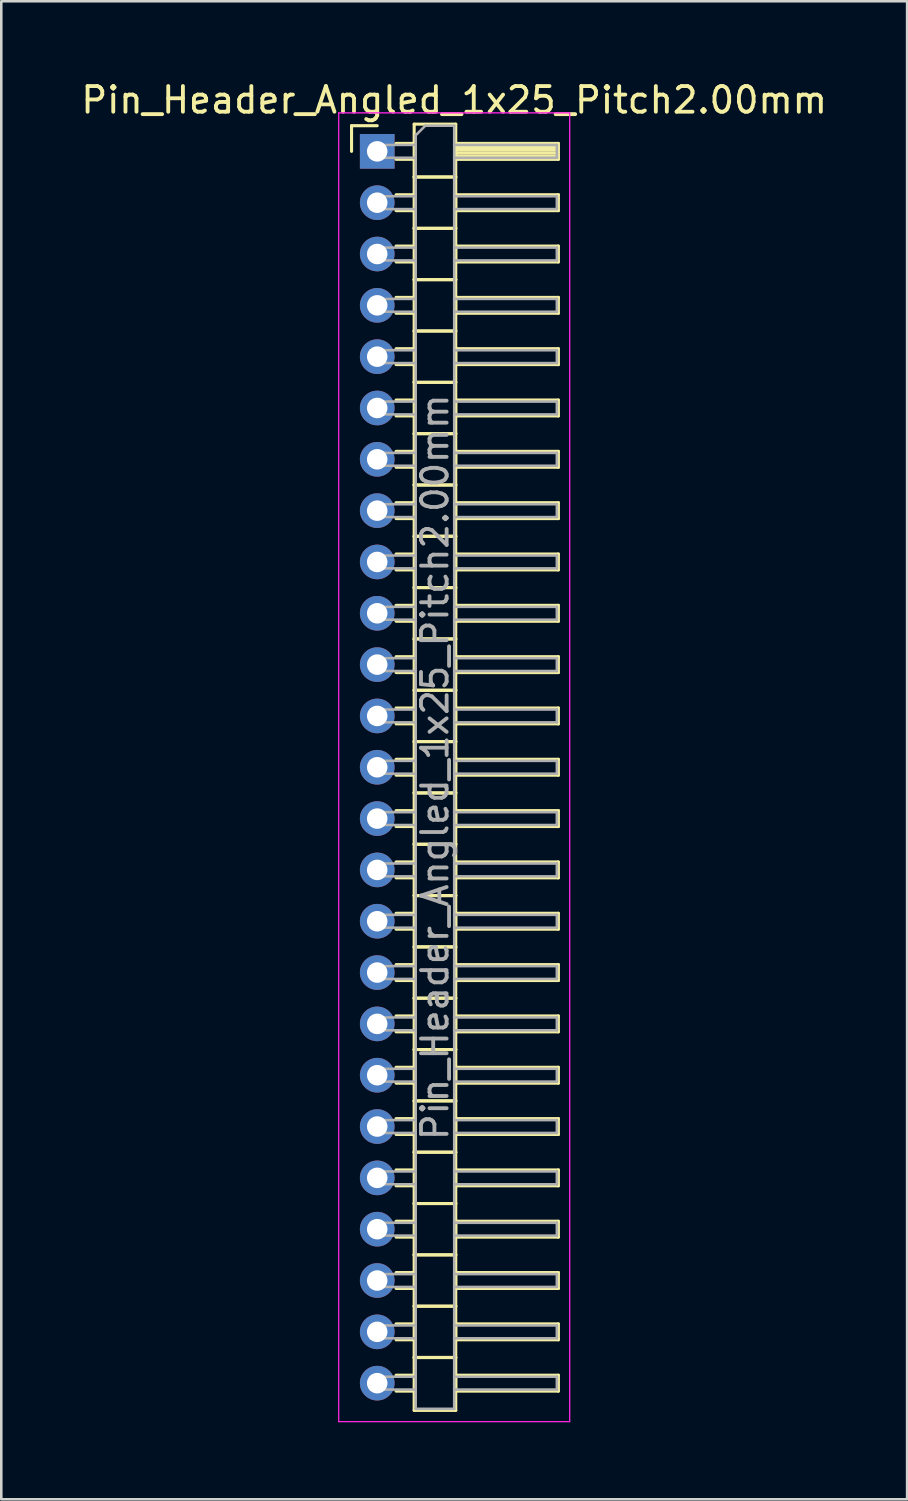
<source format=kicad_pcb>
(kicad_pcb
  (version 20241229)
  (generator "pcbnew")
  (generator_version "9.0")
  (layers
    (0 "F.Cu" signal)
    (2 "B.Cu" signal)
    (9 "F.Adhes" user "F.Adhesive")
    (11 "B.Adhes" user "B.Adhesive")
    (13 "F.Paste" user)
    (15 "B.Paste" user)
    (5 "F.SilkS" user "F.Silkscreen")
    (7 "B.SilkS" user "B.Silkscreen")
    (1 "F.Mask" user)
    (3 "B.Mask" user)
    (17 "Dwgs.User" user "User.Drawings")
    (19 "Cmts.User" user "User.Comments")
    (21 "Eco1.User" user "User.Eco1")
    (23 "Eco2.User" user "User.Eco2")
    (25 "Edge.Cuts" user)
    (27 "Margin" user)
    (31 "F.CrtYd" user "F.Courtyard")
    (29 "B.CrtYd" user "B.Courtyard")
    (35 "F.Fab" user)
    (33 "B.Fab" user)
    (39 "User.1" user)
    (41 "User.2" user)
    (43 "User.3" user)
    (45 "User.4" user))
  (footprint "Pin_Header_Angled_1x25_Pitch2.00mm"
    (layer "F.Cu")
    (at 11.649 2.848)
    (property "Reference" "Pin_Header_Angled_1x25_Pitch2.00mm" (at 3 -2 0) (layer "F.SilkS") (effects (font (size 1 1) (thickness 0.15))))
    (attr through_hole)
    (fp_line (start -1 -1) (end 0 -1) (stroke (width 0.12) (type solid)) (layer "F.SilkS"))
    (fp_line (start -1 0) (end -1 -1) (stroke (width 0.12) (type solid)) (layer "F.SilkS"))
    (fp_line (start 0.735 -0.31) (end 1.44 -0.31) (stroke (width 0.12) (type solid)) (layer "F.SilkS"))
    (fp_line (start 0.735 0.31) (end 1.44 0.31) (stroke (width 0.12) (type solid)) (layer "F.SilkS"))
    (fp_line (start 0.735 1.69) (end 1.44 1.69) (stroke (width 0.12) (type solid)) (layer "F.SilkS"))
    (fp_line (start 0.735 2.31) (end 1.44 2.31) (stroke (width 0.12) (type solid)) (layer "F.SilkS"))
    (fp_line (start 0.735 3.69) (end 1.44 3.69) (stroke (width 0.12) (type solid)) (layer "F.SilkS"))
    (fp_line (start 0.735 4.31) (end 1.44 4.31) (stroke (width 0.12) (type solid)) (layer "F.SilkS"))
    (fp_line (start 0.735 5.69) (end 1.44 5.69) (stroke (width 0.12) (type solid)) (layer "F.SilkS"))
    (fp_line (start 0.735 6.31) (end 1.44 6.31) (stroke (width 0.12) (type solid)) (layer "F.SilkS"))
    (fp_line (start 0.735 7.69) (end 1.44 7.69) (stroke (width 0.12) (type solid)) (layer "F.SilkS"))
    (fp_line (start 0.735 8.31) (end 1.44 8.31) (stroke (width 0.12) (type solid)) (layer "F.SilkS"))
    (fp_line (start 0.735 9.69) (end 1.44 9.69) (stroke (width 0.12) (type solid)) (layer "F.SilkS"))
    (fp_line (start 0.735 10.31) (end 1.44 10.31) (stroke (width 0.12) (type solid)) (layer "F.SilkS"))
    (fp_line (start 0.735 11.69) (end 1.44 11.69) (stroke (width 0.12) (type solid)) (layer "F.SilkS"))
    (fp_line (start 0.735 12.31) (end 1.44 12.31) (stroke (width 0.12) (type solid)) (layer "F.SilkS"))
    (fp_line (start 0.735 13.69) (end 1.44 13.69) (stroke (width 0.12) (type solid)) (layer "F.SilkS"))
    (fp_line (start 0.735 14.31) (end 1.44 14.31) (stroke (width 0.12) (type solid)) (layer "F.SilkS"))
    (fp_line (start 0.735 15.69) (end 1.44 15.69) (stroke (width 0.12) (type solid)) (layer "F.SilkS"))
    (fp_line (start 0.735 16.31) (end 1.44 16.31) (stroke (width 0.12) (type solid)) (layer "F.SilkS"))
    (fp_line (start 0.735 17.69) (end 1.44 17.69) (stroke (width 0.12) (type solid)) (layer "F.SilkS"))
    (fp_line (start 0.735 18.31) (end 1.44 18.31) (stroke (width 0.12) (type solid)) (layer "F.SilkS"))
    (fp_line (start 0.735 19.69) (end 1.44 19.69) (stroke (width 0.12) (type solid)) (layer "F.SilkS"))
    (fp_line (start 0.735 20.31) (end 1.44 20.31) (stroke (width 0.12) (type solid)) (layer "F.SilkS"))
    (fp_line (start 0.735 21.69) (end 1.44 21.69) (stroke (width 0.12) (type solid)) (layer "F.SilkS"))
    (fp_line (start 0.735 22.31) (end 1.44 22.31) (stroke (width 0.12) (type solid)) (layer "F.SilkS"))
    (fp_line (start 0.735 23.69) (end 1.44 23.69) (stroke (width 0.12) (type solid)) (layer "F.SilkS"))
    (fp_line (start 0.735 24.31) (end 1.44 24.31) (stroke (width 0.12) (type solid)) (layer "F.SilkS"))
    (fp_line (start 0.735 25.69) (end 1.44 25.69) (stroke (width 0.12) (type solid)) (layer "F.SilkS"))
    (fp_line (start 0.735 26.31) (end 1.44 26.31) (stroke (width 0.12) (type solid)) (layer "F.SilkS"))
    (fp_line (start 0.735 27.69) (end 1.44 27.69) (stroke (width 0.12) (type solid)) (layer "F.SilkS"))
    (fp_line (start 0.735 28.31) (end 1.44 28.31) (stroke (width 0.12) (type solid)) (layer "F.SilkS"))
    (fp_line (start 0.735 29.69) (end 1.44 29.69) (stroke (width 0.12) (type solid)) (layer "F.SilkS"))
    (fp_line (start 0.735 30.31) (end 1.44 30.31) (stroke (width 0.12) (type solid)) (layer "F.SilkS"))
    (fp_line (start 0.735 31.69) (end 1.44 31.69) (stroke (width 0.12) (type solid)) (layer "F.SilkS"))
    (fp_line (start 0.735 32.31) (end 1.44 32.31) (stroke (width 0.12) (type solid)) (layer "F.SilkS"))
    (fp_line (start 0.735 33.69) (end 1.44 33.69) (stroke (width 0.12) (type solid)) (layer "F.SilkS"))
    (fp_line (start 0.735 34.31) (end 1.44 34.31) (stroke (width 0.12) (type solid)) (layer "F.SilkS"))
    (fp_line (start 0.735 35.69) (end 1.44 35.69) (stroke (width 0.12) (type solid)) (layer "F.SilkS"))
    (fp_line (start 0.735 36.31) (end 1.44 36.31) (stroke (width 0.12) (type solid)) (layer "F.SilkS"))
    (fp_line (start 0.735 37.69) (end 1.44 37.69) (stroke (width 0.12) (type solid)) (layer "F.SilkS"))
    (fp_line (start 0.735 38.31) (end 1.44 38.31) (stroke (width 0.12) (type solid)) (layer "F.SilkS"))
    (fp_line (start 0.735 39.69) (end 1.44 39.69) (stroke (width 0.12) (type solid)) (layer "F.SilkS"))
    (fp_line (start 0.735 40.31) (end 1.44 40.31) (stroke (width 0.12) (type solid)) (layer "F.SilkS"))
    (fp_line (start 0.735 41.69) (end 1.44 41.69) (stroke (width 0.12) (type solid)) (layer "F.SilkS"))
    (fp_line (start 0.735 42.31) (end 1.44 42.31) (stroke (width 0.12) (type solid)) (layer "F.SilkS"))
    (fp_line (start 0.735 43.69) (end 1.44 43.69) (stroke (width 0.12) (type solid)) (layer "F.SilkS"))
    (fp_line (start 0.735 44.31) (end 1.44 44.31) (stroke (width 0.12) (type solid)) (layer "F.SilkS"))
    (fp_line (start 0.735 45.69) (end 1.44 45.69) (stroke (width 0.12) (type solid)) (layer "F.SilkS"))
    (fp_line (start 0.735 46.31) (end 1.44 46.31) (stroke (width 0.12) (type solid)) (layer "F.SilkS"))
    (fp_line (start 0.735 47.69) (end 1.44 47.69) (stroke (width 0.12) (type solid)) (layer "F.SilkS"))
    (fp_line (start 0.735 48.31) (end 1.44 48.31) (stroke (width 0.12) (type solid)) (layer "F.SilkS"))
    (fp_line (start 1.44 -1.06) (end 1.44 1) (stroke (width 0.12) (type solid)) (layer "F.SilkS"))
    (fp_line (start 1.44 1) (end 1.44 3) (stroke (width 0.12) (type solid)) (layer "F.SilkS"))
    (fp_line (start 1.44 1) (end 3.06 1) (stroke (width 0.12) (type solid)) (layer "F.SilkS"))
    (fp_line (start 1.44 3) (end 1.44 5) (stroke (width 0.12) (type solid)) (layer "F.SilkS"))
    (fp_line (start 1.44 3) (end 3.06 3) (stroke (width 0.12) (type solid)) (layer "F.SilkS"))
    (fp_line (start 1.44 5) (end 1.44 7) (stroke (width 0.12) (type solid)) (layer "F.SilkS"))
    (fp_line (start 1.44 5) (end 3.06 5) (stroke (width 0.12) (type solid)) (layer "F.SilkS"))
    (fp_line (start 1.44 7) (end 1.44 9) (stroke (width 0.12) (type solid)) (layer "F.SilkS"))
    (fp_line (start 1.44 7) (end 3.06 7) (stroke (width 0.12) (type solid)) (layer "F.SilkS"))
    (fp_line (start 1.44 9) (end 1.44 11) (stroke (width 0.12) (type solid)) (layer "F.SilkS"))
    (fp_line (start 1.44 9) (end 3.06 9) (stroke (width 0.12) (type solid)) (layer "F.SilkS"))
    (fp_line (start 1.44 11) (end 1.44 13) (stroke (width 0.12) (type solid)) (layer "F.SilkS"))
    (fp_line (start 1.44 11) (end 3.06 11) (stroke (width 0.12) (type solid)) (layer "F.SilkS"))
    (fp_line (start 1.44 13) (end 1.44 15) (stroke (width 0.12) (type solid)) (layer "F.SilkS"))
    (fp_line (start 1.44 13) (end 3.06 13) (stroke (width 0.12) (type solid)) (layer "F.SilkS"))
    (fp_line (start 1.44 15) (end 1.44 17) (stroke (width 0.12) (type solid)) (layer "F.SilkS"))
    (fp_line (start 1.44 15) (end 3.06 15) (stroke (width 0.12) (type solid)) (layer "F.SilkS"))
    (fp_line (start 1.44 17) (end 1.44 19) (stroke (width 0.12) (type solid)) (layer "F.SilkS"))
    (fp_line (start 1.44 17) (end 3.06 17) (stroke (width 0.12) (type solid)) (layer "F.SilkS"))
    (fp_line (start 1.44 19) (end 1.44 21) (stroke (width 0.12) (type solid)) (layer "F.SilkS"))
    (fp_line (start 1.44 19) (end 3.06 19) (stroke (width 0.12) (type solid)) (layer "F.SilkS"))
    (fp_line (start 1.44 21) (end 1.44 23) (stroke (width 0.12) (type solid)) (layer "F.SilkS"))
    (fp_line (start 1.44 21) (end 3.06 21) (stroke (width 0.12) (type solid)) (layer "F.SilkS"))
    (fp_line (start 1.44 23) (end 1.44 25) (stroke (width 0.12) (type solid)) (layer "F.SilkS"))
    (fp_line (start 1.44 23) (end 3.06 23) (stroke (width 0.12) (type solid)) (layer "F.SilkS"))
    (fp_line (start 1.44 25) (end 1.44 27) (stroke (width 0.12) (type solid)) (layer "F.SilkS"))
    (fp_line (start 1.44 25) (end 3.06 25) (stroke (width 0.12) (type solid)) (layer "F.SilkS"))
    (fp_line (start 1.44 27) (end 1.44 29) (stroke (width 0.12) (type solid)) (layer "F.SilkS"))
    (fp_line (start 1.44 27) (end 3.06 27) (stroke (width 0.12) (type solid)) (layer "F.SilkS"))
    (fp_line (start 1.44 29) (end 1.44 31) (stroke (width 0.12) (type solid)) (layer "F.SilkS"))
    (fp_line (start 1.44 29) (end 3.06 29) (stroke (width 0.12) (type solid)) (layer "F.SilkS"))
    (fp_line (start 1.44 31) (end 1.44 33) (stroke (width 0.12) (type solid)) (layer "F.SilkS"))
    (fp_line (start 1.44 31) (end 3.06 31) (stroke (width 0.12) (type solid)) (layer "F.SilkS"))
    (fp_line (start 1.44 33) (end 1.44 35) (stroke (width 0.12) (type solid)) (layer "F.SilkS"))
    (fp_line (start 1.44 33) (end 3.06 33) (stroke (width 0.12) (type solid)) (layer "F.SilkS"))
    (fp_line (start 1.44 35) (end 1.44 37) (stroke (width 0.12) (type solid)) (layer "F.SilkS"))
    (fp_line (start 1.44 35) (end 3.06 35) (stroke (width 0.12) (type solid)) (layer "F.SilkS"))
    (fp_line (start 1.44 37) (end 1.44 39) (stroke (width 0.12) (type solid)) (layer "F.SilkS"))
    (fp_line (start 1.44 37) (end 3.06 37) (stroke (width 0.12) (type solid)) (layer "F.SilkS"))
    (fp_line (start 1.44 39) (end 1.44 41) (stroke (width 0.12) (type solid)) (layer "F.SilkS"))
    (fp_line (start 1.44 39) (end 3.06 39) (stroke (width 0.12) (type solid)) (layer "F.SilkS"))
    (fp_line (start 1.44 41) (end 1.44 43) (stroke (width 0.12) (type solid)) (layer "F.SilkS"))
    (fp_line (start 1.44 41) (end 3.06 41) (stroke (width 0.12) (type solid)) (layer "F.SilkS"))
    (fp_line (start 1.44 43) (end 1.44 45) (stroke (width 0.12) (type solid)) (layer "F.SilkS"))
    (fp_line (start 1.44 43) (end 3.06 43) (stroke (width 0.12) (type solid)) (layer "F.SilkS"))
    (fp_line (start 1.44 45) (end 1.44 47) (stroke (width 0.12) (type solid)) (layer "F.SilkS"))
    (fp_line (start 1.44 45) (end 3.06 45) (stroke (width 0.12) (type solid)) (layer "F.SilkS"))
    (fp_line (start 1.44 47) (end 1.44 49.06) (stroke (width 0.12) (type solid)) (layer "F.SilkS"))
    (fp_line (start 1.44 47) (end 3.06 47) (stroke (width 0.12) (type solid)) (layer "F.SilkS"))
    (fp_line (start 1.44 49.06) (end 3.06 49.06) (stroke (width 0.12) (type solid)) (layer "F.SilkS"))
    (fp_line (start 3.06 -1.06) (end 1.44 -1.06) (stroke (width 0.12) (type solid)) (layer "F.SilkS"))
    (fp_line (start 3.06 -0.31) (end 3.06 0.31) (stroke (width 0.12) (type solid)) (layer "F.SilkS"))
    (fp_line (start 3.06 -0.19) (end 7.06 -0.19) (stroke (width 0.12) (type solid)) (layer "F.SilkS"))
    (fp_line (start 3.06 -0.07) (end 7.06 -0.07) (stroke (width 0.12) (type solid)) (layer "F.SilkS"))
    (fp_line (start 3.06 0.05) (end 7.06 0.05) (stroke (width 0.12) (type solid)) (layer "F.SilkS"))
    (fp_line (start 3.06 0.17) (end 7.06 0.17) (stroke (width 0.12) (type solid)) (layer "F.SilkS"))
    (fp_line (start 3.06 0.29) (end 7.06 0.29) (stroke (width 0.12) (type solid)) (layer "F.SilkS"))
    (fp_line (start 3.06 0.31) (end 7.06 0.31) (stroke (width 0.12) (type solid)) (layer "F.SilkS"))
    (fp_line (start 3.06 1) (end 1.44 1) (stroke (width 0.12) (type solid)) (layer "F.SilkS"))
    (fp_line (start 3.06 1) (end 3.06 -1.06) (stroke (width 0.12) (type solid)) (layer "F.SilkS"))
    (fp_line (start 3.06 1.69) (end 3.06 2.31) (stroke (width 0.12) (type solid)) (layer "F.SilkS"))
    (fp_line (start 3.06 2.31) (end 7.06 2.31) (stroke (width 0.12) (type solid)) (layer "F.SilkS"))
    (fp_line (start 3.06 3) (end 1.44 3) (stroke (width 0.12) (type solid)) (layer "F.SilkS"))
    (fp_line (start 3.06 3) (end 3.06 1) (stroke (width 0.12) (type solid)) (layer "F.SilkS"))
    (fp_line (start 3.06 3.69) (end 3.06 4.31) (stroke (width 0.12) (type solid)) (layer "F.SilkS"))
    (fp_line (start 3.06 4.31) (end 7.06 4.31) (stroke (width 0.12) (type solid)) (layer "F.SilkS"))
    (fp_line (start 3.06 5) (end 1.44 5) (stroke (width 0.12) (type solid)) (layer "F.SilkS"))
    (fp_line (start 3.06 5) (end 3.06 3) (stroke (width 0.12) (type solid)) (layer "F.SilkS"))
    (fp_line (start 3.06 5.69) (end 3.06 6.31) (stroke (width 0.12) (type solid)) (layer "F.SilkS"))
    (fp_line (start 3.06 6.31) (end 7.06 6.31) (stroke (width 0.12) (type solid)) (layer "F.SilkS"))
    (fp_line (start 3.06 7) (end 1.44 7) (stroke (width 0.12) (type solid)) (layer "F.SilkS"))
    (fp_line (start 3.06 7) (end 3.06 5) (stroke (width 0.12) (type solid)) (layer "F.SilkS"))
    (fp_line (start 3.06 7.69) (end 3.06 8.31) (stroke (width 0.12) (type solid)) (layer "F.SilkS"))
    (fp_line (start 3.06 8.31) (end 7.06 8.31) (stroke (width 0.12) (type solid)) (layer "F.SilkS"))
    (fp_line (start 3.06 9) (end 1.44 9) (stroke (width 0.12) (type solid)) (layer "F.SilkS"))
    (fp_line (start 3.06 9) (end 3.06 7) (stroke (width 0.12) (type solid)) (layer "F.SilkS"))
    (fp_line (start 3.06 9.69) (end 3.06 10.31) (stroke (width 0.12) (type solid)) (layer "F.SilkS"))
    (fp_line (start 3.06 10.31) (end 7.06 10.31) (stroke (width 0.12) (type solid)) (layer "F.SilkS"))
    (fp_line (start 3.06 11) (end 1.44 11) (stroke (width 0.12) (type solid)) (layer "F.SilkS"))
    (fp_line (start 3.06 11) (end 3.06 9) (stroke (width 0.12) (type solid)) (layer "F.SilkS"))
    (fp_line (start 3.06 11.69) (end 3.06 12.31) (stroke (width 0.12) (type solid)) (layer "F.SilkS"))
    (fp_line (start 3.06 12.31) (end 7.06 12.31) (stroke (width 0.12) (type solid)) (layer "F.SilkS"))
    (fp_line (start 3.06 13) (end 1.44 13) (stroke (width 0.12) (type solid)) (layer "F.SilkS"))
    (fp_line (start 3.06 13) (end 3.06 11) (stroke (width 0.12) (type solid)) (layer "F.SilkS"))
    (fp_line (start 3.06 13.69) (end 3.06 14.31) (stroke (width 0.12) (type solid)) (layer "F.SilkS"))
    (fp_line (start 3.06 14.31) (end 7.06 14.31) (stroke (width 0.12) (type solid)) (layer "F.SilkS"))
    (fp_line (start 3.06 15) (end 1.44 15) (stroke (width 0.12) (type solid)) (layer "F.SilkS"))
    (fp_line (start 3.06 15) (end 3.06 13) (stroke (width 0.12) (type solid)) (layer "F.SilkS"))
    (fp_line (start 3.06 15.69) (end 3.06 16.31) (stroke (width 0.12) (type solid)) (layer "F.SilkS"))
    (fp_line (start 3.06 16.31) (end 7.06 16.31) (stroke (width 0.12) (type solid)) (layer "F.SilkS"))
    (fp_line (start 3.06 17) (end 1.44 17) (stroke (width 0.12) (type solid)) (layer "F.SilkS"))
    (fp_line (start 3.06 17) (end 3.06 15) (stroke (width 0.12) (type solid)) (layer "F.SilkS"))
    (fp_line (start 3.06 17.69) (end 3.06 18.31) (stroke (width 0.12) (type solid)) (layer "F.SilkS"))
    (fp_line (start 3.06 18.31) (end 7.06 18.31) (stroke (width 0.12) (type solid)) (layer "F.SilkS"))
    (fp_line (start 3.06 19) (end 1.44 19) (stroke (width 0.12) (type solid)) (layer "F.SilkS"))
    (fp_line (start 3.06 19) (end 3.06 17) (stroke (width 0.12) (type solid)) (layer "F.SilkS"))
    (fp_line (start 3.06 19.69) (end 3.06 20.31) (stroke (width 0.12) (type solid)) (layer "F.SilkS"))
    (fp_line (start 3.06 20.31) (end 7.06 20.31) (stroke (width 0.12) (type solid)) (layer "F.SilkS"))
    (fp_line (start 3.06 21) (end 1.44 21) (stroke (width 0.12) (type solid)) (layer "F.SilkS"))
    (fp_line (start 3.06 21) (end 3.06 19) (stroke (width 0.12) (type solid)) (layer "F.SilkS"))
    (fp_line (start 3.06 21.69) (end 3.06 22.31) (stroke (width 0.12) (type solid)) (layer "F.SilkS"))
    (fp_line (start 3.06 22.31) (end 7.06 22.31) (stroke (width 0.12) (type solid)) (layer "F.SilkS"))
    (fp_line (start 3.06 23) (end 1.44 23) (stroke (width 0.12) (type solid)) (layer "F.SilkS"))
    (fp_line (start 3.06 23) (end 3.06 21) (stroke (width 0.12) (type solid)) (layer "F.SilkS"))
    (fp_line (start 3.06 23.69) (end 3.06 24.31) (stroke (width 0.12) (type solid)) (layer "F.SilkS"))
    (fp_line (start 3.06 24.31) (end 7.06 24.31) (stroke (width 0.12) (type solid)) (layer "F.SilkS"))
    (fp_line (start 3.06 25) (end 1.44 25) (stroke (width 0.12) (type solid)) (layer "F.SilkS"))
    (fp_line (start 3.06 25) (end 3.06 23) (stroke (width 0.12) (type solid)) (layer "F.SilkS"))
    (fp_line (start 3.06 25.69) (end 3.06 26.31) (stroke (width 0.12) (type solid)) (layer "F.SilkS"))
    (fp_line (start 3.06 26.31) (end 7.06 26.31) (stroke (width 0.12) (type solid)) (layer "F.SilkS"))
    (fp_line (start 3.06 27) (end 1.44 27) (stroke (width 0.12) (type solid)) (layer "F.SilkS"))
    (fp_line (start 3.06 27) (end 3.06 25) (stroke (width 0.12) (type solid)) (layer "F.SilkS"))
    (fp_line (start 3.06 27.69) (end 3.06 28.31) (stroke (width 0.12) (type solid)) (layer "F.SilkS"))
    (fp_line (start 3.06 28.31) (end 7.06 28.31) (stroke (width 0.12) (type solid)) (layer "F.SilkS"))
    (fp_line (start 3.06 29) (end 1.44 29) (stroke (width 0.12) (type solid)) (layer "F.SilkS"))
    (fp_line (start 3.06 29) (end 3.06 27) (stroke (width 0.12) (type solid)) (layer "F.SilkS"))
    (fp_line (start 3.06 29.69) (end 3.06 30.31) (stroke (width 0.12) (type solid)) (layer "F.SilkS"))
    (fp_line (start 3.06 30.31) (end 7.06 30.31) (stroke (width 0.12) (type solid)) (layer "F.SilkS"))
    (fp_line (start 3.06 31) (end 1.44 31) (stroke (width 0.12) (type solid)) (layer "F.SilkS"))
    (fp_line (start 3.06 31) (end 3.06 29) (stroke (width 0.12) (type solid)) (layer "F.SilkS"))
    (fp_line (start 3.06 31.69) (end 3.06 32.31) (stroke (width 0.12) (type solid)) (layer "F.SilkS"))
    (fp_line (start 3.06 32.31) (end 7.06 32.31) (stroke (width 0.12) (type solid)) (layer "F.SilkS"))
    (fp_line (start 3.06 33) (end 1.44 33) (stroke (width 0.12) (type solid)) (layer "F.SilkS"))
    (fp_line (start 3.06 33) (end 3.06 31) (stroke (width 0.12) (type solid)) (layer "F.SilkS"))
    (fp_line (start 3.06 33.69) (end 3.06 34.31) (stroke (width 0.12) (type solid)) (layer "F.SilkS"))
    (fp_line (start 3.06 34.31) (end 7.06 34.31) (stroke (width 0.12) (type solid)) (layer "F.SilkS"))
    (fp_line (start 3.06 35) (end 1.44 35) (stroke (width 0.12) (type solid)) (layer "F.SilkS"))
    (fp_line (start 3.06 35) (end 3.06 33) (stroke (width 0.12) (type solid)) (layer "F.SilkS"))
    (fp_line (start 3.06 35.69) (end 3.06 36.31) (stroke (width 0.12) (type solid)) (layer "F.SilkS"))
    (fp_line (start 3.06 36.31) (end 7.06 36.31) (stroke (width 0.12) (type solid)) (layer "F.SilkS"))
    (fp_line (start 3.06 37) (end 1.44 37) (stroke (width 0.12) (type solid)) (layer "F.SilkS"))
    (fp_line (start 3.06 37) (end 3.06 35) (stroke (width 0.12) (type solid)) (layer "F.SilkS"))
    (fp_line (start 3.06 37.69) (end 3.06 38.31) (stroke (width 0.12) (type solid)) (layer "F.SilkS"))
    (fp_line (start 3.06 38.31) (end 7.06 38.31) (stroke (width 0.12) (type solid)) (layer "F.SilkS"))
    (fp_line (start 3.06 39) (end 1.44 39) (stroke (width 0.12) (type solid)) (layer "F.SilkS"))
    (fp_line (start 3.06 39) (end 3.06 37) (stroke (width 0.12) (type solid)) (layer "F.SilkS"))
    (fp_line (start 3.06 39.69) (end 3.06 40.31) (stroke (width 0.12) (type solid)) (layer "F.SilkS"))
    (fp_line (start 3.06 40.31) (end 7.06 40.31) (stroke (width 0.12) (type solid)) (layer "F.SilkS"))
    (fp_line (start 3.06 41) (end 1.44 41) (stroke (width 0.12) (type solid)) (layer "F.SilkS"))
    (fp_line (start 3.06 41) (end 3.06 39) (stroke (width 0.12) (type solid)) (layer "F.SilkS"))
    (fp_line (start 3.06 41.69) (end 3.06 42.31) (stroke (width 0.12) (type solid)) (layer "F.SilkS"))
    (fp_line (start 3.06 42.31) (end 7.06 42.31) (stroke (width 0.12) (type solid)) (layer "F.SilkS"))
    (fp_line (start 3.06 43) (end 1.44 43) (stroke (width 0.12) (type solid)) (layer "F.SilkS"))
    (fp_line (start 3.06 43) (end 3.06 41) (stroke (width 0.12) (type solid)) (layer "F.SilkS"))
    (fp_line (start 3.06 43.69) (end 3.06 44.31) (stroke (width 0.12) (type solid)) (layer "F.SilkS"))
    (fp_line (start 3.06 44.31) (end 7.06 44.31) (stroke (width 0.12) (type solid)) (layer "F.SilkS"))
    (fp_line (start 3.06 45) (end 1.44 45) (stroke (width 0.12) (type solid)) (layer "F.SilkS"))
    (fp_line (start 3.06 45) (end 3.06 43) (stroke (width 0.12) (type solid)) (layer "F.SilkS"))
    (fp_line (start 3.06 45.69) (end 3.06 46.31) (stroke (width 0.12) (type solid)) (layer "F.SilkS"))
    (fp_line (start 3.06 46.31) (end 7.06 46.31) (stroke (width 0.12) (type solid)) (layer "F.SilkS"))
    (fp_line (start 3.06 47) (end 1.44 47) (stroke (width 0.12) (type solid)) (layer "F.SilkS"))
    (fp_line (start 3.06 47) (end 3.06 45) (stroke (width 0.12) (type solid)) (layer "F.SilkS"))
    (fp_line (start 3.06 47.69) (end 3.06 48.31) (stroke (width 0.12) (type solid)) (layer "F.SilkS"))
    (fp_line (start 3.06 48.31) (end 7.06 48.31) (stroke (width 0.12) (type solid)) (layer "F.SilkS"))
    (fp_line (start 3.06 49.06) (end 3.06 47) (stroke (width 0.12) (type solid)) (layer "F.SilkS"))
    (fp_line (start 7.06 -0.31) (end 3.06 -0.31) (stroke (width 0.12) (type solid)) (layer "F.SilkS"))
    (fp_line (start 7.06 0.31) (end 7.06 -0.31) (stroke (width 0.12) (type solid)) (layer "F.SilkS"))
    (fp_line (start 7.06 1.69) (end 3.06 1.69) (stroke (width 0.12) (type solid)) (layer "F.SilkS"))
    (fp_line (start 7.06 2.31) (end 7.06 1.69) (stroke (width 0.12) (type solid)) (layer "F.SilkS"))
    (fp_line (start 7.06 3.69) (end 3.06 3.69) (stroke (width 0.12) (type solid)) (layer "F.SilkS"))
    (fp_line (start 7.06 4.31) (end 7.06 3.69) (stroke (width 0.12) (type solid)) (layer "F.SilkS"))
    (fp_line (start 7.06 5.69) (end 3.06 5.69) (stroke (width 0.12) (type solid)) (layer "F.SilkS"))
    (fp_line (start 7.06 6.31) (end 7.06 5.69) (stroke (width 0.12) (type solid)) (layer "F.SilkS"))
    (fp_line (start 7.06 7.69) (end 3.06 7.69) (stroke (width 0.12) (type solid)) (layer "F.SilkS"))
    (fp_line (start 7.06 8.31) (end 7.06 7.69) (stroke (width 0.12) (type solid)) (layer "F.SilkS"))
    (fp_line (start 7.06 9.69) (end 3.06 9.69) (stroke (width 0.12) (type solid)) (layer "F.SilkS"))
    (fp_line (start 7.06 10.31) (end 7.06 9.69) (stroke (width 0.12) (type solid)) (layer "F.SilkS"))
    (fp_line (start 7.06 11.69) (end 3.06 11.69) (stroke (width 0.12) (type solid)) (layer "F.SilkS"))
    (fp_line (start 7.06 12.31) (end 7.06 11.69) (stroke (width 0.12) (type solid)) (layer "F.SilkS"))
    (fp_line (start 7.06 13.69) (end 3.06 13.69) (stroke (width 0.12) (type solid)) (layer "F.SilkS"))
    (fp_line (start 7.06 14.31) (end 7.06 13.69) (stroke (width 0.12) (type solid)) (layer "F.SilkS"))
    (fp_line (start 7.06 15.69) (end 3.06 15.69) (stroke (width 0.12) (type solid)) (layer "F.SilkS"))
    (fp_line (start 7.06 16.31) (end 7.06 15.69) (stroke (width 0.12) (type solid)) (layer "F.SilkS"))
    (fp_line (start 7.06 17.69) (end 3.06 17.69) (stroke (width 0.12) (type solid)) (layer "F.SilkS"))
    (fp_line (start 7.06 18.31) (end 7.06 17.69) (stroke (width 0.12) (type solid)) (layer "F.SilkS"))
    (fp_line (start 7.06 19.69) (end 3.06 19.69) (stroke (width 0.12) (type solid)) (layer "F.SilkS"))
    (fp_line (start 7.06 20.31) (end 7.06 19.69) (stroke (width 0.12) (type solid)) (layer "F.SilkS"))
    (fp_line (start 7.06 21.69) (end 3.06 21.69) (stroke (width 0.12) (type solid)) (layer "F.SilkS"))
    (fp_line (start 7.06 22.31) (end 7.06 21.69) (stroke (width 0.12) (type solid)) (layer "F.SilkS"))
    (fp_line (start 7.06 23.69) (end 3.06 23.69) (stroke (width 0.12) (type solid)) (layer "F.SilkS"))
    (fp_line (start 7.06 24.31) (end 7.06 23.69) (stroke (width 0.12) (type solid)) (layer "F.SilkS"))
    (fp_line (start 7.06 25.69) (end 3.06 25.69) (stroke (width 0.12) (type solid)) (layer "F.SilkS"))
    (fp_line (start 7.06 26.31) (end 7.06 25.69) (stroke (width 0.12) (type solid)) (layer "F.SilkS"))
    (fp_line (start 7.06 27.69) (end 3.06 27.69) (stroke (width 0.12) (type solid)) (layer "F.SilkS"))
    (fp_line (start 7.06 28.31) (end 7.06 27.69) (stroke (width 0.12) (type solid)) (layer "F.SilkS"))
    (fp_line (start 7.06 29.69) (end 3.06 29.69) (stroke (width 0.12) (type solid)) (layer "F.SilkS"))
    (fp_line (start 7.06 30.31) (end 7.06 29.69) (stroke (width 0.12) (type solid)) (layer "F.SilkS"))
    (fp_line (start 7.06 31.69) (end 3.06 31.69) (stroke (width 0.12) (type solid)) (layer "F.SilkS"))
    (fp_line (start 7.06 32.31) (end 7.06 31.69) (stroke (width 0.12) (type solid)) (layer "F.SilkS"))
    (fp_line (start 7.06 33.69) (end 3.06 33.69) (stroke (width 0.12) (type solid)) (layer "F.SilkS"))
    (fp_line (start 7.06 34.31) (end 7.06 33.69) (stroke (width 0.12) (type solid)) (layer "F.SilkS"))
    (fp_line (start 7.06 35.69) (end 3.06 35.69) (stroke (width 0.12) (type solid)) (layer "F.SilkS"))
    (fp_line (start 7.06 36.31) (end 7.06 35.69) (stroke (width 0.12) (type solid)) (layer "F.SilkS"))
    (fp_line (start 7.06 37.69) (end 3.06 37.69) (stroke (width 0.12) (type solid)) (layer "F.SilkS"))
    (fp_line (start 7.06 38.31) (end 7.06 37.69) (stroke (width 0.12) (type solid)) (layer "F.SilkS"))
    (fp_line (start 7.06 39.69) (end 3.06 39.69) (stroke (width 0.12) (type solid)) (layer "F.SilkS"))
    (fp_line (start 7.06 40.31) (end 7.06 39.69) (stroke (width 0.12) (type solid)) (layer "F.SilkS"))
    (fp_line (start 7.06 41.69) (end 3.06 41.69) (stroke (width 0.12) (type solid)) (layer "F.SilkS"))
    (fp_line (start 7.06 42.31) (end 7.06 41.69) (stroke (width 0.12) (type solid)) (layer "F.SilkS"))
    (fp_line (start 7.06 43.69) (end 3.06 43.69) (stroke (width 0.12) (type solid)) (layer "F.SilkS"))
    (fp_line (start 7.06 44.31) (end 7.06 43.69) (stroke (width 0.12) (type solid)) (layer "F.SilkS"))
    (fp_line (start 7.06 45.69) (end 3.06 45.69) (stroke (width 0.12) (type solid)) (layer "F.SilkS"))
    (fp_line (start 7.06 46.31) (end 7.06 45.69) (stroke (width 0.12) (type solid)) (layer "F.SilkS"))
    (fp_line (start 7.06 47.69) (end 3.06 47.69) (stroke (width 0.12) (type solid)) (layer "F.SilkS"))
    (fp_line (start 7.06 48.31) (end 7.06 47.69) (stroke (width 0.12) (type solid)) (layer "F.SilkS"))
    (fp_line (start -1.5 -1.5) (end -1.5 49.5) (stroke (width 0.05) (type solid)) (layer "F.CrtYd"))
    (fp_line (start -1.5 49.5) (end 7.5 49.5) (stroke (width 0.05) (type solid)) (layer "F.CrtYd"))
    (fp_line (start 7.5 -1.5) (end -1.5 -1.5) (stroke (width 0.05) (type solid)) (layer "F.CrtYd"))
    (fp_line (start 7.5 49.5) (end 7.5 -1.5) (stroke (width 0.05) (type solid)) (layer "F.CrtYd"))
    (fp_line (start -0.25 -0.25) (end -0.25 0.25) (stroke (width 0.1) (type solid)) (layer "F.Fab"))
    (fp_line (start -0.25 -0.25) (end 1.5 -0.25) (stroke (width 0.1) (type solid)) (layer "F.Fab"))
    (fp_line (start -0.25 0.25) (end 1.5 0.25) (stroke (width 0.1) (type solid)) (layer "F.Fab"))
    (fp_line (start -0.25 1.75) (end -0.25 2.25) (stroke (width 0.1) (type solid)) (layer "F.Fab"))
    (fp_line (start -0.25 1.75) (end 1.5 1.75) (stroke (width 0.1) (type solid)) (layer "F.Fab"))
    (fp_line (start -0.25 2.25) (end 1.5 2.25) (stroke (width 0.1) (type solid)) (layer "F.Fab"))
    (fp_line (start -0.25 3.75) (end -0.25 4.25) (stroke (width 0.1) (type solid)) (layer "F.Fab"))
    (fp_line (start -0.25 3.75) (end 1.5 3.75) (stroke (width 0.1) (type solid)) (layer "F.Fab"))
    (fp_line (start -0.25 4.25) (end 1.5 4.25) (stroke (width 0.1) (type solid)) (layer "F.Fab"))
    (fp_line (start -0.25 5.75) (end -0.25 6.25) (stroke (width 0.1) (type solid)) (layer "F.Fab"))
    (fp_line (start -0.25 5.75) (end 1.5 5.75) (stroke (width 0.1) (type solid)) (layer "F.Fab"))
    (fp_line (start -0.25 6.25) (end 1.5 6.25) (stroke (width 0.1) (type solid)) (layer "F.Fab"))
    (fp_line (start -0.25 7.75) (end -0.25 8.25) (stroke (width 0.1) (type solid)) (layer "F.Fab"))
    (fp_line (start -0.25 7.75) (end 1.5 7.75) (stroke (width 0.1) (type solid)) (layer "F.Fab"))
    (fp_line (start -0.25 8.25) (end 1.5 8.25) (stroke (width 0.1) (type solid)) (layer "F.Fab"))
    (fp_line (start -0.25 9.75) (end -0.25 10.25) (stroke (width 0.1) (type solid)) (layer "F.Fab"))
    (fp_line (start -0.25 9.75) (end 1.5 9.75) (stroke (width 0.1) (type solid)) (layer "F.Fab"))
    (fp_line (start -0.25 10.25) (end 1.5 10.25) (stroke (width 0.1) (type solid)) (layer "F.Fab"))
    (fp_line (start -0.25 11.75) (end -0.25 12.25) (stroke (width 0.1) (type solid)) (layer "F.Fab"))
    (fp_line (start -0.25 11.75) (end 1.5 11.75) (stroke (width 0.1) (type solid)) (layer "F.Fab"))
    (fp_line (start -0.25 12.25) (end 1.5 12.25) (stroke (width 0.1) (type solid)) (layer "F.Fab"))
    (fp_line (start -0.25 13.75) (end -0.25 14.25) (stroke (width 0.1) (type solid)) (layer "F.Fab"))
    (fp_line (start -0.25 13.75) (end 1.5 13.75) (stroke (width 0.1) (type solid)) (layer "F.Fab"))
    (fp_line (start -0.25 14.25) (end 1.5 14.25) (stroke (width 0.1) (type solid)) (layer "F.Fab"))
    (fp_line (start -0.25 15.75) (end -0.25 16.25) (stroke (width 0.1) (type solid)) (layer "F.Fab"))
    (fp_line (start -0.25 15.75) (end 1.5 15.75) (stroke (width 0.1) (type solid)) (layer "F.Fab"))
    (fp_line (start -0.25 16.25) (end 1.5 16.25) (stroke (width 0.1) (type solid)) (layer "F.Fab"))
    (fp_line (start -0.25 17.75) (end -0.25 18.25) (stroke (width 0.1) (type solid)) (layer "F.Fab"))
    (fp_line (start -0.25 17.75) (end 1.5 17.75) (stroke (width 0.1) (type solid)) (layer "F.Fab"))
    (fp_line (start -0.25 18.25) (end 1.5 18.25) (stroke (width 0.1) (type solid)) (layer "F.Fab"))
    (fp_line (start -0.25 19.75) (end -0.25 20.25) (stroke (width 0.1) (type solid)) (layer "F.Fab"))
    (fp_line (start -0.25 19.75) (end 1.5 19.75) (stroke (width 0.1) (type solid)) (layer "F.Fab"))
    (fp_line (start -0.25 20.25) (end 1.5 20.25) (stroke (width 0.1) (type solid)) (layer "F.Fab"))
    (fp_line (start -0.25 21.75) (end -0.25 22.25) (stroke (width 0.1) (type solid)) (layer "F.Fab"))
    (fp_line (start -0.25 21.75) (end 1.5 21.75) (stroke (width 0.1) (type solid)) (layer "F.Fab"))
    (fp_line (start -0.25 22.25) (end 1.5 22.25) (stroke (width 0.1) (type solid)) (layer "F.Fab"))
    (fp_line (start -0.25 23.75) (end -0.25 24.25) (stroke (width 0.1) (type solid)) (layer "F.Fab"))
    (fp_line (start -0.25 23.75) (end 1.5 23.75) (stroke (width 0.1) (type solid)) (layer "F.Fab"))
    (fp_line (start -0.25 24.25) (end 1.5 24.25) (stroke (width 0.1) (type solid)) (layer "F.Fab"))
    (fp_line (start -0.25 25.75) (end -0.25 26.25) (stroke (width 0.1) (type solid)) (layer "F.Fab"))
    (fp_line (start -0.25 25.75) (end 1.5 25.75) (stroke (width 0.1) (type solid)) (layer "F.Fab"))
    (fp_line (start -0.25 26.25) (end 1.5 26.25) (stroke (width 0.1) (type solid)) (layer "F.Fab"))
    (fp_line (start -0.25 27.75) (end -0.25 28.25) (stroke (width 0.1) (type solid)) (layer "F.Fab"))
    (fp_line (start -0.25 27.75) (end 1.5 27.75) (stroke (width 0.1) (type solid)) (layer "F.Fab"))
    (fp_line (start -0.25 28.25) (end 1.5 28.25) (stroke (width 0.1) (type solid)) (layer "F.Fab"))
    (fp_line (start -0.25 29.75) (end -0.25 30.25) (stroke (width 0.1) (type solid)) (layer "F.Fab"))
    (fp_line (start -0.25 29.75) (end 1.5 29.75) (stroke (width 0.1) (type solid)) (layer "F.Fab"))
    (fp_line (start -0.25 30.25) (end 1.5 30.25) (stroke (width 0.1) (type solid)) (layer "F.Fab"))
    (fp_line (start -0.25 31.75) (end -0.25 32.25) (stroke (width 0.1) (type solid)) (layer "F.Fab"))
    (fp_line (start -0.25 31.75) (end 1.5 31.75) (stroke (width 0.1) (type solid)) (layer "F.Fab"))
    (fp_line (start -0.25 32.25) (end 1.5 32.25) (stroke (width 0.1) (type solid)) (layer "F.Fab"))
    (fp_line (start -0.25 33.75) (end -0.25 34.25) (stroke (width 0.1) (type solid)) (layer "F.Fab"))
    (fp_line (start -0.25 33.75) (end 1.5 33.75) (stroke (width 0.1) (type solid)) (layer "F.Fab"))
    (fp_line (start -0.25 34.25) (end 1.5 34.25) (stroke (width 0.1) (type solid)) (layer "F.Fab"))
    (fp_line (start -0.25 35.75) (end -0.25 36.25) (stroke (width 0.1) (type solid)) (layer "F.Fab"))
    (fp_line (start -0.25 35.75) (end 1.5 35.75) (stroke (width 0.1) (type solid)) (layer "F.Fab"))
    (fp_line (start -0.25 36.25) (end 1.5 36.25) (stroke (width 0.1) (type solid)) (layer "F.Fab"))
    (fp_line (start -0.25 37.75) (end -0.25 38.25) (stroke (width 0.1) (type solid)) (layer "F.Fab"))
    (fp_line (start -0.25 37.75) (end 1.5 37.75) (stroke (width 0.1) (type solid)) (layer "F.Fab"))
    (fp_line (start -0.25 38.25) (end 1.5 38.25) (stroke (width 0.1) (type solid)) (layer "F.Fab"))
    (fp_line (start -0.25 39.75) (end -0.25 40.25) (stroke (width 0.1) (type solid)) (layer "F.Fab"))
    (fp_line (start -0.25 39.75) (end 1.5 39.75) (stroke (width 0.1) (type solid)) (layer "F.Fab"))
    (fp_line (start -0.25 40.25) (end 1.5 40.25) (stroke (width 0.1) (type solid)) (layer "F.Fab"))
    (fp_line (start -0.25 41.75) (end -0.25 42.25) (stroke (width 0.1) (type solid)) (layer "F.Fab"))
    (fp_line (start -0.25 41.75) (end 1.5 41.75) (stroke (width 0.1) (type solid)) (layer "F.Fab"))
    (fp_line (start -0.25 42.25) (end 1.5 42.25) (stroke (width 0.1) (type solid)) (layer "F.Fab"))
    (fp_line (start -0.25 43.75) (end -0.25 44.25) (stroke (width 0.1) (type solid)) (layer "F.Fab"))
    (fp_line (start -0.25 43.75) (end 1.5 43.75) (stroke (width 0.1) (type solid)) (layer "F.Fab"))
    (fp_line (start -0.25 44.25) (end 1.5 44.25) (stroke (width 0.1) (type solid)) (layer "F.Fab"))
    (fp_line (start -0.25 45.75) (end -0.25 46.25) (stroke (width 0.1) (type solid)) (layer "F.Fab"))
    (fp_line (start -0.25 45.75) (end 1.5 45.75) (stroke (width 0.1) (type solid)) (layer "F.Fab"))
    (fp_line (start -0.25 46.25) (end 1.5 46.25) (stroke (width 0.1) (type solid)) (layer "F.Fab"))
    (fp_line (start -0.25 47.75) (end -0.25 48.25) (stroke (width 0.1) (type solid)) (layer "F.Fab"))
    (fp_line (start -0.25 47.75) (end 1.5 47.75) (stroke (width 0.1) (type solid)) (layer "F.Fab"))
    (fp_line (start -0.25 48.25) (end 1.5 48.25) (stroke (width 0.1) (type solid)) (layer "F.Fab"))
    (fp_line (start 1.5 -0.625) (end 1.875 -1) (stroke (width 0.1) (type solid)) (layer "F.Fab"))
    (fp_line (start 1.5 49) (end 1.5 -0.625) (stroke (width 0.1) (type solid)) (layer "F.Fab"))
    (fp_line (start 1.875 -1) (end 3 -1) (stroke (width 0.1) (type solid)) (layer "F.Fab"))
    (fp_line (start 3 -1) (end 3 49) (stroke (width 0.1) (type solid)) (layer "F.Fab"))
    (fp_line (start 3 -0.25) (end 7 -0.25) (stroke (width 0.1) (type solid)) (layer "F.Fab"))
    (fp_line (start 3 0.25) (end 7 0.25) (stroke (width 0.1) (type solid)) (layer "F.Fab"))
    (fp_line (start 3 1.75) (end 7 1.75) (stroke (width 0.1) (type solid)) (layer "F.Fab"))
    (fp_line (start 3 2.25) (end 7 2.25) (stroke (width 0.1) (type solid)) (layer "F.Fab"))
    (fp_line (start 3 3.75) (end 7 3.75) (stroke (width 0.1) (type solid)) (layer "F.Fab"))
    (fp_line (start 3 4.25) (end 7 4.25) (stroke (width 0.1) (type solid)) (layer "F.Fab"))
    (fp_line (start 3 5.75) (end 7 5.75) (stroke (width 0.1) (type solid)) (layer "F.Fab"))
    (fp_line (start 3 6.25) (end 7 6.25) (stroke (width 0.1) (type solid)) (layer "F.Fab"))
    (fp_line (start 3 7.75) (end 7 7.75) (stroke (width 0.1) (type solid)) (layer "F.Fab"))
    (fp_line (start 3 8.25) (end 7 8.25) (stroke (width 0.1) (type solid)) (layer "F.Fab"))
    (fp_line (start 3 9.75) (end 7 9.75) (stroke (width 0.1) (type solid)) (layer "F.Fab"))
    (fp_line (start 3 10.25) (end 7 10.25) (stroke (width 0.1) (type solid)) (layer "F.Fab"))
    (fp_line (start 3 11.75) (end 7 11.75) (stroke (width 0.1) (type solid)) (layer "F.Fab"))
    (fp_line (start 3 12.25) (end 7 12.25) (stroke (width 0.1) (type solid)) (layer "F.Fab"))
    (fp_line (start 3 13.75) (end 7 13.75) (stroke (width 0.1) (type solid)) (layer "F.Fab"))
    (fp_line (start 3 14.25) (end 7 14.25) (stroke (width 0.1) (type solid)) (layer "F.Fab"))
    (fp_line (start 3 15.75) (end 7 15.75) (stroke (width 0.1) (type solid)) (layer "F.Fab"))
    (fp_line (start 3 16.25) (end 7 16.25) (stroke (width 0.1) (type solid)) (layer "F.Fab"))
    (fp_line (start 3 17.75) (end 7 17.75) (stroke (width 0.1) (type solid)) (layer "F.Fab"))
    (fp_line (start 3 18.25) (end 7 18.25) (stroke (width 0.1) (type solid)) (layer "F.Fab"))
    (fp_line (start 3 19.75) (end 7 19.75) (stroke (width 0.1) (type solid)) (layer "F.Fab"))
    (fp_line (start 3 20.25) (end 7 20.25) (stroke (width 0.1) (type solid)) (layer "F.Fab"))
    (fp_line (start 3 21.75) (end 7 21.75) (stroke (width 0.1) (type solid)) (layer "F.Fab"))
    (fp_line (start 3 22.25) (end 7 22.25) (stroke (width 0.1) (type solid)) (layer "F.Fab"))
    (fp_line (start 3 23.75) (end 7 23.75) (stroke (width 0.1) (type solid)) (layer "F.Fab"))
    (fp_line (start 3 24.25) (end 7 24.25) (stroke (width 0.1) (type solid)) (layer "F.Fab"))
    (fp_line (start 3 25.75) (end 7 25.75) (stroke (width 0.1) (type solid)) (layer "F.Fab"))
    (fp_line (start 3 26.25) (end 7 26.25) (stroke (width 0.1) (type solid)) (layer "F.Fab"))
    (fp_line (start 3 27.75) (end 7 27.75) (stroke (width 0.1) (type solid)) (layer "F.Fab"))
    (fp_line (start 3 28.25) (end 7 28.25) (stroke (width 0.1) (type solid)) (layer "F.Fab"))
    (fp_line (start 3 29.75) (end 7 29.75) (stroke (width 0.1) (type solid)) (layer "F.Fab"))
    (fp_line (start 3 30.25) (end 7 30.25) (stroke (width 0.1) (type solid)) (layer "F.Fab"))
    (fp_line (start 3 31.75) (end 7 31.75) (stroke (width 0.1) (type solid)) (layer "F.Fab"))
    (fp_line (start 3 32.25) (end 7 32.25) (stroke (width 0.1) (type solid)) (layer "F.Fab"))
    (fp_line (start 3 33.75) (end 7 33.75) (stroke (width 0.1) (type solid)) (layer "F.Fab"))
    (fp_line (start 3 34.25) (end 7 34.25) (stroke (width 0.1) (type solid)) (layer "F.Fab"))
    (fp_line (start 3 35.75) (end 7 35.75) (stroke (width 0.1) (type solid)) (layer "F.Fab"))
    (fp_line (start 3 36.25) (end 7 36.25) (stroke (width 0.1) (type solid)) (layer "F.Fab"))
    (fp_line (start 3 37.75) (end 7 37.75) (stroke (width 0.1) (type solid)) (layer "F.Fab"))
    (fp_line (start 3 38.25) (end 7 38.25) (stroke (width 0.1) (type solid)) (layer "F.Fab"))
    (fp_line (start 3 39.75) (end 7 39.75) (stroke (width 0.1) (type solid)) (layer "F.Fab"))
    (fp_line (start 3 40.25) (end 7 40.25) (stroke (width 0.1) (type solid)) (layer "F.Fab"))
    (fp_line (start 3 41.75) (end 7 41.75) (stroke (width 0.1) (type solid)) (layer "F.Fab"))
    (fp_line (start 3 42.25) (end 7 42.25) (stroke (width 0.1) (type solid)) (layer "F.Fab"))
    (fp_line (start 3 43.75) (end 7 43.75) (stroke (width 0.1) (type solid)) (layer "F.Fab"))
    (fp_line (start 3 44.25) (end 7 44.25) (stroke (width 0.1) (type solid)) (layer "F.Fab"))
    (fp_line (start 3 45.75) (end 7 45.75) (stroke (width 0.1) (type solid)) (layer "F.Fab"))
    (fp_line (start 3 46.25) (end 7 46.25) (stroke (width 0.1) (type solid)) (layer "F.Fab"))
    (fp_line (start 3 47.75) (end 7 47.75) (stroke (width 0.1) (type solid)) (layer "F.Fab"))
    (fp_line (start 3 48.25) (end 7 48.25) (stroke (width 0.1) (type solid)) (layer "F.Fab"))
    (fp_line (start 3 49) (end 1.5 49) (stroke (width 0.1) (type solid)) (layer "F.Fab"))
    (fp_line (start 7 -0.25) (end 7 0.25) (stroke (width 0.1) (type solid)) (layer "F.Fab"))
    (fp_line (start 7 1.75) (end 7 2.25) (stroke (width 0.1) (type solid)) (layer "F.Fab"))
    (fp_line (start 7 3.75) (end 7 4.25) (stroke (width 0.1) (type solid)) (layer "F.Fab"))
    (fp_line (start 7 5.75) (end 7 6.25) (stroke (width 0.1) (type solid)) (layer "F.Fab"))
    (fp_line (start 7 7.75) (end 7 8.25) (stroke (width 0.1) (type solid)) (layer "F.Fab"))
    (fp_line (start 7 9.75) (end 7 10.25) (stroke (width 0.1) (type solid)) (layer "F.Fab"))
    (fp_line (start 7 11.75) (end 7 12.25) (stroke (width 0.1) (type solid)) (layer "F.Fab"))
    (fp_line (start 7 13.75) (end 7 14.25) (stroke (width 0.1) (type solid)) (layer "F.Fab"))
    (fp_line (start 7 15.75) (end 7 16.25) (stroke (width 0.1) (type solid)) (layer "F.Fab"))
    (fp_line (start 7 17.75) (end 7 18.25) (stroke (width 0.1) (type solid)) (layer "F.Fab"))
    (fp_line (start 7 19.75) (end 7 20.25) (stroke (width 0.1) (type solid)) (layer "F.Fab"))
    (fp_line (start 7 21.75) (end 7 22.25) (stroke (width 0.1) (type solid)) (layer "F.Fab"))
    (fp_line (start 7 23.75) (end 7 24.25) (stroke (width 0.1) (type solid)) (layer "F.Fab"))
    (fp_line (start 7 25.75) (end 7 26.25) (stroke (width 0.1) (type solid)) (layer "F.Fab"))
    (fp_line (start 7 27.75) (end 7 28.25) (stroke (width 0.1) (type solid)) (layer "F.Fab"))
    (fp_line (start 7 29.75) (end 7 30.25) (stroke (width 0.1) (type solid)) (layer "F.Fab"))
    (fp_line (start 7 31.75) (end 7 32.25) (stroke (width 0.1) (type solid)) (layer "F.Fab"))
    (fp_line (start 7 33.75) (end 7 34.25) (stroke (width 0.1) (type solid)) (layer "F.Fab"))
    (fp_line (start 7 35.75) (end 7 36.25) (stroke (width 0.1) (type solid)) (layer "F.Fab"))
    (fp_line (start 7 37.75) (end 7 38.25) (stroke (width 0.1) (type solid)) (layer "F.Fab"))
    (fp_line (start 7 39.75) (end 7 40.25) (stroke (width 0.1) (type solid)) (layer "F.Fab"))
    (fp_line (start 7 41.75) (end 7 42.25) (stroke (width 0.1) (type solid)) (layer "F.Fab"))
    (fp_line (start 7 43.75) (end 7 44.25) (stroke (width 0.1) (type solid)) (layer "F.Fab"))
    (fp_line (start 7 45.75) (end 7 46.25) (stroke (width 0.1) (type solid)) (layer "F.Fab"))
    (fp_line (start 7 47.75) (end 7 48.25) (stroke (width 0.1) (type solid)) (layer "F.Fab"))
    (fp_text user "${REFERENCE}" (at 2.25 24 90) (layer "F.Fab") (effects (font (size 1 1) (thickness 0.15))))
    (pad "1" thru_hole rect (at 0 0) (size 1.35 1.35) (drill 0.8) (layers "*.Cu" "*.Mask"))
    (pad "2" thru_hole oval (at 0 2) (size 1.35 1.35) (drill 0.8) (layers "*.Cu" "*.Mask"))
    (pad "3" thru_hole oval (at 0 4) (size 1.35 1.35) (drill 0.8) (layers "*.Cu" "*.Mask"))
    (pad "4" thru_hole oval (at 0 6) (size 1.35 1.35) (drill 0.8) (layers "*.Cu" "*.Mask"))
    (pad "5" thru_hole oval (at 0 8) (size 1.35 1.35) (drill 0.8) (layers "*.Cu" "*.Mask"))
    (pad "6" thru_hole oval (at 0 10) (size 1.35 1.35) (drill 0.8) (layers "*.Cu" "*.Mask"))
    (pad "7" thru_hole oval (at 0 12) (size 1.35 1.35) (drill 0.8) (layers "*.Cu" "*.Mask"))
    (pad "8" thru_hole oval (at 0 14) (size 1.35 1.35) (drill 0.8) (layers "*.Cu" "*.Mask"))
    (pad "9" thru_hole oval (at 0 16) (size 1.35 1.35) (drill 0.8) (layers "*.Cu" "*.Mask"))
    (pad "10" thru_hole oval (at 0 18) (size 1.35 1.35) (drill 0.8) (layers "*.Cu" "*.Mask"))
    (pad "11" thru_hole oval (at 0 20) (size 1.35 1.35) (drill 0.8) (layers "*.Cu" "*.Mask"))
    (pad "12" thru_hole oval (at 0 22) (size 1.35 1.35) (drill 0.8) (layers "*.Cu" "*.Mask"))
    (pad "13" thru_hole oval (at 0 24) (size 1.35 1.35) (drill 0.8) (layers "*.Cu" "*.Mask"))
    (pad "14" thru_hole oval (at 0 26) (size 1.35 1.35) (drill 0.8) (layers "*.Cu" "*.Mask"))
    (pad "15" thru_hole oval (at 0 28) (size 1.35 1.35) (drill 0.8) (layers "*.Cu" "*.Mask"))
    (pad "16" thru_hole oval (at 0 30) (size 1.35 1.35) (drill 0.8) (layers "*.Cu" "*.Mask"))
    (pad "17" thru_hole oval (at 0 32) (size 1.35 1.35) (drill 0.8) (layers "*.Cu" "*.Mask"))
    (pad "18" thru_hole oval (at 0 34) (size 1.35 1.35) (drill 0.8) (layers "*.Cu" "*.Mask"))
    (pad "19" thru_hole oval (at 0 36) (size 1.35 1.35) (drill 0.8) (layers "*.Cu" "*.Mask"))
    (pad "20" thru_hole oval (at 0 38) (size 1.35 1.35) (drill 0.8) (layers "*.Cu" "*.Mask"))
    (pad "21" thru_hole oval (at 0 40) (size 1.35 1.35) (drill 0.8) (layers "*.Cu" "*.Mask"))
    (pad "22" thru_hole oval (at 0 42) (size 1.35 1.35) (drill 0.8) (layers "*.Cu" "*.Mask"))
    (pad "23" thru_hole oval (at 0 44) (size 1.35 1.35) (drill 0.8) (layers "*.Cu" "*.Mask"))
    (pad "24" thru_hole oval (at 0 46) (size 1.35 1.35) (drill 0.8) (layers "*.Cu" "*.Mask"))
    (pad "25" thru_hole oval (at 0 48) (size 1.35 1.35) (drill 0.8) (layers "*.Cu" "*.Mask")))
  (gr_rect
    (start -3 -3)
    (end 32.298 55.373)
    (stroke (width 0.1) (type default))
    (fill no)
    (layer "Edge.Cuts")))
</source>
